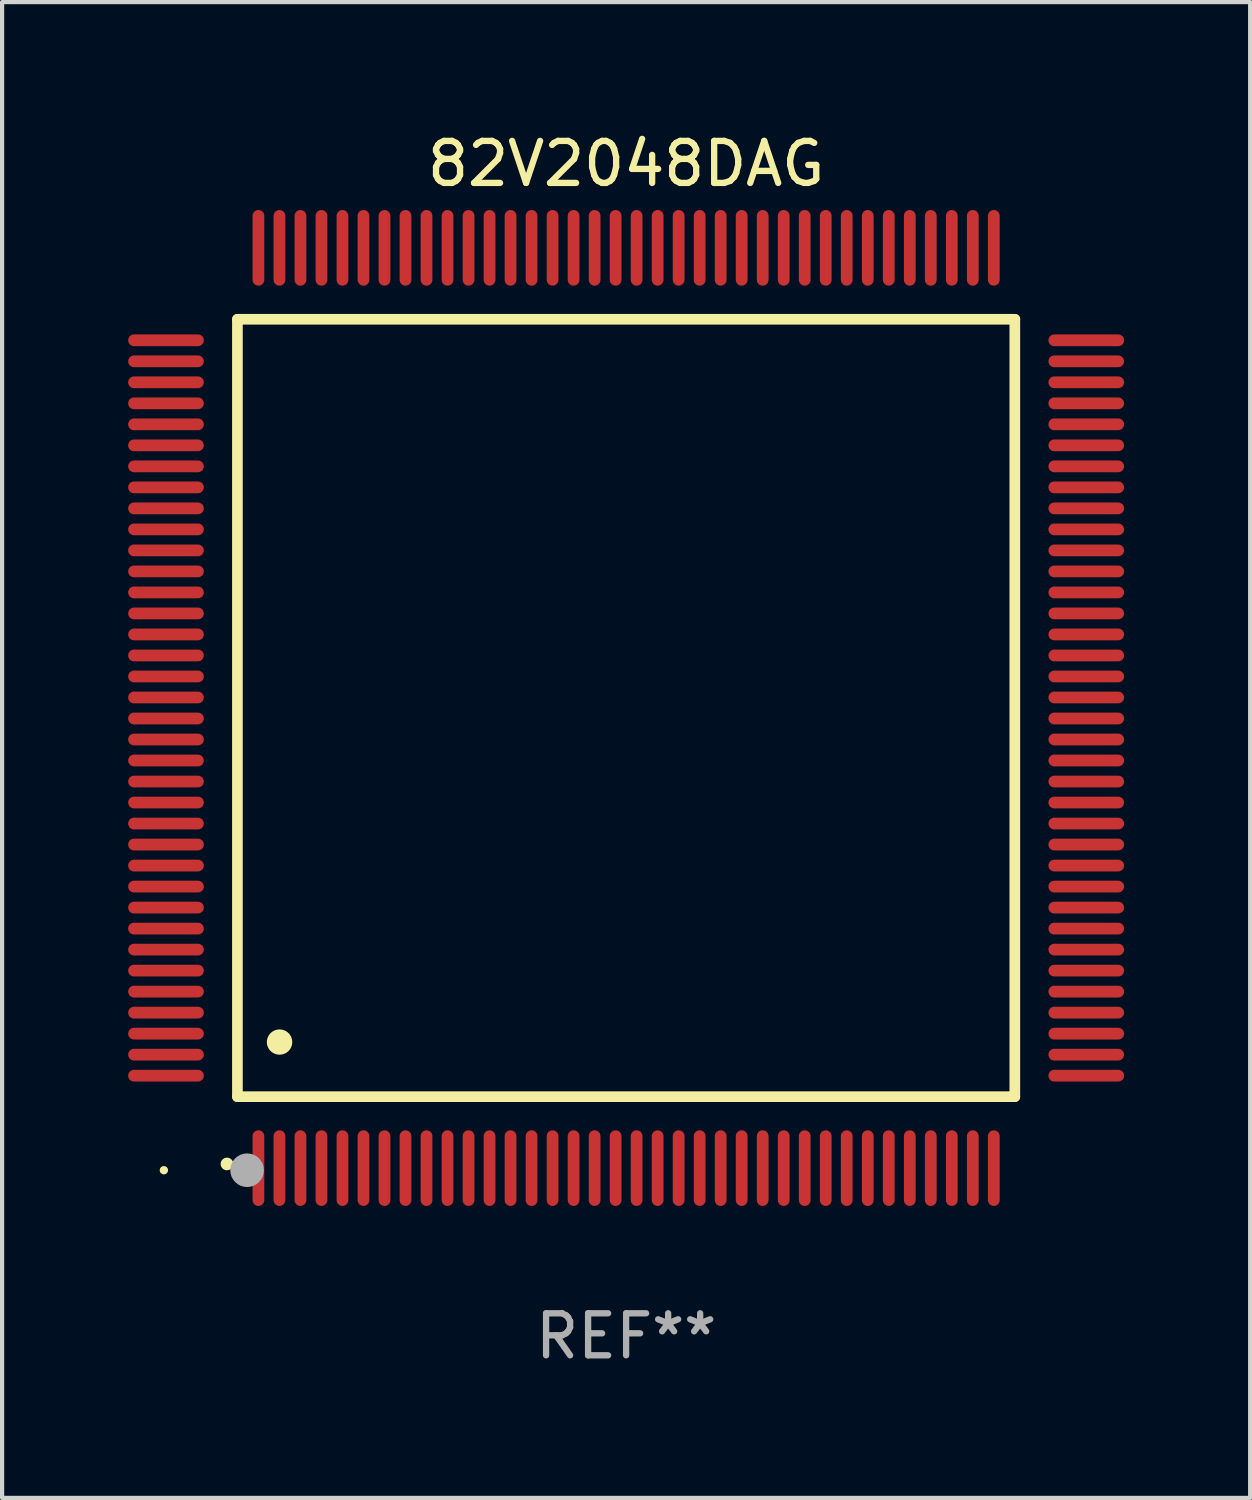
<source format=kicad_pcb>
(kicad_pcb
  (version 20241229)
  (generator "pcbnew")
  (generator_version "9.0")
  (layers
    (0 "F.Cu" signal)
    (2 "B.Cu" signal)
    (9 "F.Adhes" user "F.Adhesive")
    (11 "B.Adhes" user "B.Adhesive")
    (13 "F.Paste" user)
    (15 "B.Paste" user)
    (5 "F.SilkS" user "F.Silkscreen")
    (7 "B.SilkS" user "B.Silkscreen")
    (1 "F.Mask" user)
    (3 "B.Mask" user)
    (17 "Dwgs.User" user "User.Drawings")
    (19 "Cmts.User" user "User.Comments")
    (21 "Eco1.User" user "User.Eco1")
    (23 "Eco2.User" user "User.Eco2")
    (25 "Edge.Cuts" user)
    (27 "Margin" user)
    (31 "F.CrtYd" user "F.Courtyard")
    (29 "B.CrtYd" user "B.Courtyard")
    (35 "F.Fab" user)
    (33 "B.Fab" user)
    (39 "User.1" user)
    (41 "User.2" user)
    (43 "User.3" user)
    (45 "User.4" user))
  (footprint "82V2048DAG"
    (layer "F.Cu")
    (at 11.85 13.798)
    (property "Reference" "82V2048DAG" (at 0 -12.95 0) (layer "F.SilkS") (effects (font (size 1 1) (thickness 0.15))))
    (attr through_hole)
    (fp_line (start -9.25 -9.25) (end -9.25 9.25) (stroke (width 0.254) (type solid)) (layer "F.SilkS"))
    (fp_line (start -9.25 9.25) (end 9.25 9.25) (stroke (width 0.254) (type solid)) (layer "F.SilkS"))
    (fp_line (start 9.25 -9.25) (end -9.25 -9.25) (stroke (width 0.254) (type solid)) (layer "F.SilkS"))
    (fp_line (start 9.25 9.25) (end 9.25 -9.25) (stroke (width 0.254) (type solid)) (layer "F.SilkS"))
    (fp_arc (start -9.499619 10.850902) (mid -9.498349 10.850897) (end -9.497079 10.850902) (stroke (width 0.3) (type solid)) (layer "F.SilkS"))
    (fp_arc (start -8.249936 7.950216) (mid -8.247396 7.950205) (end -8.244856 7.950216) (stroke (width 0.6) (type solid)) (layer "F.SilkS"))
    (fp_circle (center -11 11) (end -10.95 11) (stroke (width 0.1) (type solid)) (fill no) (layer "F.SilkS"))
    (fp_circle (center -9.02 11) (end -8.82 11) (stroke (width 0.4) (type solid)) (fill no) (layer "F.Fab"))
    (fp_text user "REF**" (at 0 14.95 0) (layer "F.Fab") (effects (font (size 1 1) (thickness 0.15))))
    (pad "1" smd oval (at -8.75 10.95) (size 0.28 1.8) (layers "F.Cu" "F.Mask" "F.Paste"))
    (pad "2" smd oval (at -8.25 10.95) (size 0.28 1.8) (layers "F.Cu" "F.Mask" "F.Paste"))
    (pad "3" smd oval (at -7.75 10.95) (size 0.28 1.8) (layers "F.Cu" "F.Mask" "F.Paste"))
    (pad "4" smd oval (at -7.25 10.95) (size 0.28 1.8) (layers "F.Cu" "F.Mask" "F.Paste"))
    (pad "5" smd oval (at -6.75 10.95) (size 0.28 1.8) (layers "F.Cu" "F.Mask" "F.Paste"))
    (pad "6" smd oval (at -6.25 10.95) (size 0.28 1.8) (layers "F.Cu" "F.Mask" "F.Paste"))
    (pad "7" smd oval (at -5.75 10.95) (size 0.28 1.8) (layers "F.Cu" "F.Mask" "F.Paste"))
    (pad "8" smd oval (at -5.25 10.95) (size 0.28 1.8) (layers "F.Cu" "F.Mask" "F.Paste"))
    (pad "9" smd oval (at -4.75 10.95) (size 0.28 1.8) (layers "F.Cu" "F.Mask" "F.Paste"))
    (pad "10" smd oval (at -4.25 10.95) (size 0.28 1.8) (layers "F.Cu" "F.Mask" "F.Paste"))
    (pad "11" smd oval (at -3.75 10.95) (size 0.28 1.8) (layers "F.Cu" "F.Mask" "F.Paste"))
    (pad "12" smd oval (at -3.25 10.95) (size 0.28 1.8) (layers "F.Cu" "F.Mask" "F.Paste"))
    (pad "13" smd oval (at -2.75 10.95) (size 0.28 1.8) (layers "F.Cu" "F.Mask" "F.Paste"))
    (pad "14" smd oval (at -2.25 10.95) (size 0.28 1.8) (layers "F.Cu" "F.Mask" "F.Paste"))
    (pad "15" smd oval (at -1.75 10.95) (size 0.28 1.8) (layers "F.Cu" "F.Mask" "F.Paste"))
    (pad "16" smd oval (at -1.25 10.95) (size 0.28 1.8) (layers "F.Cu" "F.Mask" "F.Paste"))
    (pad "17" smd oval (at -0.75 10.95) (size 0.28 1.8) (layers "F.Cu" "F.Mask" "F.Paste"))
    (pad "18" smd oval (at -0.25 10.95) (size 0.28 1.8) (layers "F.Cu" "F.Mask" "F.Paste"))
    (pad "19" smd oval (at 0.25 10.95) (size 0.28 1.8) (layers "F.Cu" "F.Mask" "F.Paste"))
    (pad "20" smd oval (at 0.75 10.95) (size 0.28 1.8) (layers "F.Cu" "F.Mask" "F.Paste"))
    (pad "21" smd oval (at 1.25 10.95) (size 0.28 1.8) (layers "F.Cu" "F.Mask" "F.Paste"))
    (pad "22" smd oval (at 1.75 10.95) (size 0.28 1.8) (layers "F.Cu" "F.Mask" "F.Paste"))
    (pad "23" smd oval (at 2.25 10.95) (size 0.28 1.8) (layers "F.Cu" "F.Mask" "F.Paste"))
    (pad "24" smd oval (at 2.75 10.95) (size 0.28 1.8) (layers "F.Cu" "F.Mask" "F.Paste"))
    (pad "25" smd oval (at 3.25 10.95) (size 0.28 1.8) (layers "F.Cu" "F.Mask" "F.Paste"))
    (pad "26" smd oval (at 3.75 10.95) (size 0.28 1.8) (layers "F.Cu" "F.Mask" "F.Paste"))
    (pad "27" smd oval (at 4.25 10.95) (size 0.28 1.8) (layers "F.Cu" "F.Mask" "F.Paste"))
    (pad "28" smd oval (at 4.75 10.95) (size 0.28 1.8) (layers "F.Cu" "F.Mask" "F.Paste"))
    (pad "29" smd oval (at 5.25 10.95) (size 0.28 1.8) (layers "F.Cu" "F.Mask" "F.Paste"))
    (pad "30" smd oval (at 5.75 10.95) (size 0.28 1.8) (layers "F.Cu" "F.Mask" "F.Paste"))
    (pad "31" smd oval (at 6.25 10.95) (size 0.28 1.8) (layers "F.Cu" "F.Mask" "F.Paste"))
    (pad "32" smd oval (at 6.75 10.95) (size 0.28 1.8) (layers "F.Cu" "F.Mask" "F.Paste"))
    (pad "33" smd oval (at 7.25 10.95) (size 0.28 1.8) (layers "F.Cu" "F.Mask" "F.Paste"))
    (pad "34" smd oval (at 7.75 10.95) (size 0.28 1.8) (layers "F.Cu" "F.Mask" "F.Paste"))
    (pad "35" smd oval (at 8.25 10.95) (size 0.28 1.8) (layers "F.Cu" "F.Mask" "F.Paste"))
    (pad "36" smd oval (at 8.75 10.95) (size 0.28 1.8) (layers "F.Cu" "F.Mask" "F.Paste"))
    (pad "37" smd oval (at 10.95 8.75) (size 1.8 0.28) (layers "F.Cu" "F.Mask" "F.Paste"))
    (pad "38" smd oval (at 10.95 8.25) (size 1.8 0.28) (layers "F.Cu" "F.Mask" "F.Paste"))
    (pad "39" smd oval (at 10.95 7.75) (size 1.8 0.28) (layers "F.Cu" "F.Mask" "F.Paste"))
    (pad "40" smd oval (at 10.95 7.25) (size 1.8 0.28) (layers "F.Cu" "F.Mask" "F.Paste"))
    (pad "41" smd oval (at 10.95 6.75) (size 1.8 0.28) (layers "F.Cu" "F.Mask" "F.Paste"))
    (pad "42" smd oval (at 10.95 6.25) (size 1.8 0.28) (layers "F.Cu" "F.Mask" "F.Paste"))
    (pad "43" smd oval (at 10.95 5.75) (size 1.8 0.28) (layers "F.Cu" "F.Mask" "F.Paste"))
    (pad "44" smd oval (at 10.95 5.25) (size 1.8 0.28) (layers "F.Cu" "F.Mask" "F.Paste"))
    (pad "45" smd oval (at 10.95 4.75) (size 1.8 0.28) (layers "F.Cu" "F.Mask" "F.Paste"))
    (pad "46" smd oval (at 10.95 4.25) (size 1.8 0.28) (layers "F.Cu" "F.Mask" "F.Paste"))
    (pad "47" smd oval (at 10.95 3.75) (size 1.8 0.28) (layers "F.Cu" "F.Mask" "F.Paste"))
    (pad "48" smd oval (at 10.95 3.25) (size 1.8 0.28) (layers "F.Cu" "F.Mask" "F.Paste"))
    (pad "49" smd oval (at 10.95 2.75) (size 1.8 0.28) (layers "F.Cu" "F.Mask" "F.Paste"))
    (pad "50" smd oval (at 10.95 2.25) (size 1.8 0.28) (layers "F.Cu" "F.Mask" "F.Paste"))
    (pad "51" smd oval (at 10.95 1.75) (size 1.8 0.28) (layers "F.Cu" "F.Mask" "F.Paste"))
    (pad "52" smd oval (at 10.95 1.25) (size 1.8 0.28) (layers "F.Cu" "F.Mask" "F.Paste"))
    (pad "53" smd oval (at 10.95 0.75) (size 1.8 0.28) (layers "F.Cu" "F.Mask" "F.Paste"))
    (pad "54" smd oval (at 10.95 0.25) (size 1.8 0.28) (layers "F.Cu" "F.Mask" "F.Paste"))
    (pad "55" smd oval (at 10.95 -0.25) (size 1.8 0.28) (layers "F.Cu" "F.Mask" "F.Paste"))
    (pad "56" smd oval (at 10.95 -0.75) (size 1.8 0.28) (layers "F.Cu" "F.Mask" "F.Paste"))
    (pad "57" smd oval (at 10.95 -1.25) (size 1.8 0.28) (layers "F.Cu" "F.Mask" "F.Paste"))
    (pad "58" smd oval (at 10.95 -1.75) (size 1.8 0.28) (layers "F.Cu" "F.Mask" "F.Paste"))
    (pad "59" smd oval (at 10.95 -2.25) (size 1.8 0.28) (layers "F.Cu" "F.Mask" "F.Paste"))
    (pad "60" smd oval (at 10.95 -2.75) (size 1.8 0.28) (layers "F.Cu" "F.Mask" "F.Paste"))
    (pad "61" smd oval (at 10.95 -3.25) (size 1.8 0.28) (layers "F.Cu" "F.Mask" "F.Paste"))
    (pad "62" smd oval (at 10.95 -3.75) (size 1.8 0.28) (layers "F.Cu" "F.Mask" "F.Paste"))
    (pad "63" smd oval (at 10.95 -4.25) (size 1.8 0.28) (layers "F.Cu" "F.Mask" "F.Paste"))
    (pad "64" smd oval (at 10.95 -4.75) (size 1.8 0.28) (layers "F.Cu" "F.Mask" "F.Paste"))
    (pad "65" smd oval (at 10.95 -5.25) (size 1.8 0.28) (layers "F.Cu" "F.Mask" "F.Paste"))
    (pad "66" smd oval (at 10.95 -5.75) (size 1.8 0.28) (layers "F.Cu" "F.Mask" "F.Paste"))
    (pad "67" smd oval (at 10.95 -6.25) (size 1.8 0.28) (layers "F.Cu" "F.Mask" "F.Paste"))
    (pad "68" smd oval (at 10.95 -6.75) (size 1.8 0.28) (layers "F.Cu" "F.Mask" "F.Paste"))
    (pad "69" smd oval (at 10.95 -7.25) (size 1.8 0.28) (layers "F.Cu" "F.Mask" "F.Paste"))
    (pad "70" smd oval (at 10.95 -7.75) (size 1.8 0.28) (layers "F.Cu" "F.Mask" "F.Paste"))
    (pad "71" smd oval (at 10.95 -8.25) (size 1.8 0.28) (layers "F.Cu" "F.Mask" "F.Paste"))
    (pad "72" smd oval (at 10.95 -8.75) (size 1.8 0.28) (layers "F.Cu" "F.Mask" "F.Paste"))
    (pad "73" smd oval (at 8.75 -10.95) (size 0.28 1.8) (layers "F.Cu" "F.Mask" "F.Paste"))
    (pad "74" smd oval (at 8.25 -10.95) (size 0.28 1.8) (layers "F.Cu" "F.Mask" "F.Paste"))
    (pad "75" smd oval (at 7.75 -10.95) (size 0.28 1.8) (layers "F.Cu" "F.Mask" "F.Paste"))
    (pad "76" smd oval (at 7.25 -10.95) (size 0.28 1.8) (layers "F.Cu" "F.Mask" "F.Paste"))
    (pad "77" smd oval (at 6.75 -10.95) (size 0.28 1.8) (layers "F.Cu" "F.Mask" "F.Paste"))
    (pad "78" smd oval (at 6.25 -10.95) (size 0.28 1.8) (layers "F.Cu" "F.Mask" "F.Paste"))
    (pad "79" smd oval (at 5.75 -10.95) (size 0.28 1.8) (layers "F.Cu" "F.Mask" "F.Paste"))
    (pad "80" smd oval (at 5.25 -10.95) (size 0.28 1.8) (layers "F.Cu" "F.Mask" "F.Paste"))
    (pad "81" smd oval (at 4.75 -10.95) (size 0.28 1.8) (layers "F.Cu" "F.Mask" "F.Paste"))
    (pad "82" smd oval (at 4.25 -10.95) (size 0.28 1.8) (layers "F.Cu" "F.Mask" "F.Paste"))
    (pad "83" smd oval (at 3.75 -10.95) (size 0.28 1.8) (layers "F.Cu" "F.Mask" "F.Paste"))
    (pad "84" smd oval (at 3.25 -10.95) (size 0.28 1.8) (layers "F.Cu" "F.Mask" "F.Paste"))
    (pad "85" smd oval (at 2.75 -10.95) (size 0.28 1.8) (layers "F.Cu" "F.Mask" "F.Paste"))
    (pad "86" smd oval (at 2.25 -10.95) (size 0.28 1.8) (layers "F.Cu" "F.Mask" "F.Paste"))
    (pad "87" smd oval (at 1.75 -10.95) (size 0.28 1.8) (layers "F.Cu" "F.Mask" "F.Paste"))
    (pad "88" smd oval (at 1.25 -10.95) (size 0.28 1.8) (layers "F.Cu" "F.Mask" "F.Paste"))
    (pad "89" smd oval (at 0.75 -10.95) (size 0.28 1.8) (layers "F.Cu" "F.Mask" "F.Paste"))
    (pad "90" smd oval (at 0.25 -10.95) (size 0.28 1.8) (layers "F.Cu" "F.Mask" "F.Paste"))
    (pad "91" smd oval (at -0.25 -10.95) (size 0.28 1.8) (layers "F.Cu" "F.Mask" "F.Paste"))
    (pad "92" smd oval (at -0.75 -10.95) (size 0.28 1.8) (layers "F.Cu" "F.Mask" "F.Paste"))
    (pad "93" smd oval (at -1.25 -10.95) (size 0.28 1.8) (layers "F.Cu" "F.Mask" "F.Paste"))
    (pad "94" smd oval (at -1.75 -10.95) (size 0.28 1.8) (layers "F.Cu" "F.Mask" "F.Paste"))
    (pad "95" smd oval (at -2.25 -10.95) (size 0.28 1.8) (layers "F.Cu" "F.Mask" "F.Paste"))
    (pad "96" smd oval (at -2.75 -10.95) (size 0.28 1.8) (layers "F.Cu" "F.Mask" "F.Paste"))
    (pad "97" smd oval (at -3.25 -10.95) (size 0.28 1.8) (layers "F.Cu" "F.Mask" "F.Paste"))
    (pad "98" smd oval (at -3.75 -10.95) (size 0.28 1.8) (layers "F.Cu" "F.Mask" "F.Paste"))
    (pad "99" smd oval (at -4.25 -10.95) (size 0.28 1.8) (layers "F.Cu" "F.Mask" "F.Paste"))
    (pad "100" smd oval (at -4.75 -10.95) (size 0.28 1.8) (layers "F.Cu" "F.Mask" "F.Paste"))
    (pad "101" smd oval (at -5.25 -10.95) (size 0.28 1.8) (layers "F.Cu" "F.Mask" "F.Paste"))
    (pad "102" smd oval (at -5.75 -10.95) (size 0.28 1.8) (layers "F.Cu" "F.Mask" "F.Paste"))
    (pad "103" smd oval (at -6.25 -10.95) (size 0.28 1.8) (layers "F.Cu" "F.Mask" "F.Paste"))
    (pad "104" smd oval (at -6.75 -10.95) (size 0.28 1.8) (layers "F.Cu" "F.Mask" "F.Paste"))
    (pad "105" smd oval (at -7.25 -10.95) (size 0.28 1.8) (layers "F.Cu" "F.Mask" "F.Paste"))
    (pad "106" smd oval (at -7.75 -10.95) (size 0.28 1.8) (layers "F.Cu" "F.Mask" "F.Paste"))
    (pad "107" smd oval (at -8.25 -10.95) (size 0.28 1.8) (layers "F.Cu" "F.Mask" "F.Paste"))
    (pad "108" smd oval (at -8.75 -10.95) (size 0.28 1.8) (layers "F.Cu" "F.Mask" "F.Paste"))
    (pad "109" smd oval (at -10.95 -8.75) (size 1.8 0.28) (layers "F.Cu" "F.Mask" "F.Paste"))
    (pad "110" smd oval (at -10.95 -8.25) (size 1.8 0.28) (layers "F.Cu" "F.Mask" "F.Paste"))
    (pad "111" smd oval (at -10.95 -7.75) (size 1.8 0.28) (layers "F.Cu" "F.Mask" "F.Paste"))
    (pad "112" smd oval (at -10.95 -7.25) (size 1.8 0.28) (layers "F.Cu" "F.Mask" "F.Paste"))
    (pad "113" smd oval (at -10.95 -6.75) (size 1.8 0.28) (layers "F.Cu" "F.Mask" "F.Paste"))
    (pad "114" smd oval (at -10.95 -6.25) (size 1.8 0.28) (layers "F.Cu" "F.Mask" "F.Paste"))
    (pad "115" smd oval (at -10.95 -5.75) (size 1.8 0.28) (layers "F.Cu" "F.Mask" "F.Paste"))
    (pad "116" smd oval (at -10.95 -5.25) (size 1.8 0.28) (layers "F.Cu" "F.Mask" "F.Paste"))
    (pad "117" smd oval (at -10.95 -4.75) (size 1.8 0.28) (layers "F.Cu" "F.Mask" "F.Paste"))
    (pad "118" smd oval (at -10.95 -4.25) (size 1.8 0.28) (layers "F.Cu" "F.Mask" "F.Paste"))
    (pad "119" smd oval (at -10.95 -3.75) (size 1.8 0.28) (layers "F.Cu" "F.Mask" "F.Paste"))
    (pad "120" smd oval (at -10.95 -3.25) (size 1.8 0.28) (layers "F.Cu" "F.Mask" "F.Paste"))
    (pad "121" smd oval (at -10.95 -2.75) (size 1.8 0.28) (layers "F.Cu" "F.Mask" "F.Paste"))
    (pad "122" smd oval (at -10.95 -2.25) (size 1.8 0.28) (layers "F.Cu" "F.Mask" "F.Paste"))
    (pad "123" smd oval (at -10.95 -1.75) (size 1.8 0.28) (layers "F.Cu" "F.Mask" "F.Paste"))
    (pad "124" smd oval (at -10.95 -1.25) (size 1.8 0.28) (layers "F.Cu" "F.Mask" "F.Paste"))
    (pad "125" smd oval (at -10.95 -0.75) (size 1.8 0.28) (layers "F.Cu" "F.Mask" "F.Paste"))
    (pad "126" smd oval (at -10.95 -0.25) (size 1.8 0.28) (layers "F.Cu" "F.Mask" "F.Paste"))
    (pad "127" smd oval (at -10.95 0.25) (size 1.8 0.28) (layers "F.Cu" "F.Mask" "F.Paste"))
    (pad "128" smd oval (at -10.95 0.75) (size 1.8 0.28) (layers "F.Cu" "F.Mask" "F.Paste"))
    (pad "129" smd oval (at -10.95 1.25) (size 1.8 0.28) (layers "F.Cu" "F.Mask" "F.Paste"))
    (pad "130" smd oval (at -10.95 1.75) (size 1.8 0.28) (layers "F.Cu" "F.Mask" "F.Paste"))
    (pad "131" smd oval (at -10.95 2.25) (size 1.8 0.28) (layers "F.Cu" "F.Mask" "F.Paste"))
    (pad "132" smd oval (at -10.95 2.75) (size 1.8 0.28) (layers "F.Cu" "F.Mask" "F.Paste"))
    (pad "133" smd oval (at -10.95 3.25) (size 1.8 0.28) (layers "F.Cu" "F.Mask" "F.Paste"))
    (pad "134" smd oval (at -10.95 3.75) (size 1.8 0.28) (layers "F.Cu" "F.Mask" "F.Paste"))
    (pad "135" smd oval (at -10.95 4.25) (size 1.8 0.28) (layers "F.Cu" "F.Mask" "F.Paste"))
    (pad "136" smd oval (at -10.95 4.75) (size 1.8 0.28) (layers "F.Cu" "F.Mask" "F.Paste"))
    (pad "137" smd oval (at -10.95 5.25) (size 1.8 0.28) (layers "F.Cu" "F.Mask" "F.Paste"))
    (pad "138" smd oval (at -10.95 5.75) (size 1.8 0.28) (layers "F.Cu" "F.Mask" "F.Paste"))
    (pad "139" smd oval (at -10.95 6.25) (size 1.8 0.28) (layers "F.Cu" "F.Mask" "F.Paste"))
    (pad "140" smd oval (at -10.95 6.75) (size 1.8 0.28) (layers "F.Cu" "F.Mask" "F.Paste"))
    (pad "141" smd oval (at -10.95 7.25) (size 1.8 0.28) (layers "F.Cu" "F.Mask" "F.Paste"))
    (pad "142" smd oval (at -10.95 7.75) (size 1.8 0.28) (layers "F.Cu" "F.Mask" "F.Paste"))
    (pad "143" smd oval (at -10.95 8.25) (size 1.8 0.28) (layers "F.Cu" "F.Mask" "F.Paste"))
    (pad "144" smd oval (at -10.95 8.75) (size 1.8 0.28) (layers "F.Cu" "F.Mask" "F.Paste")))
  (gr_rect
    (start -3 -3)
    (end 26.7 32.596)
    (stroke (width 0.1) (type default))
    (fill no)
    (layer "Edge.Cuts")))
</source>
